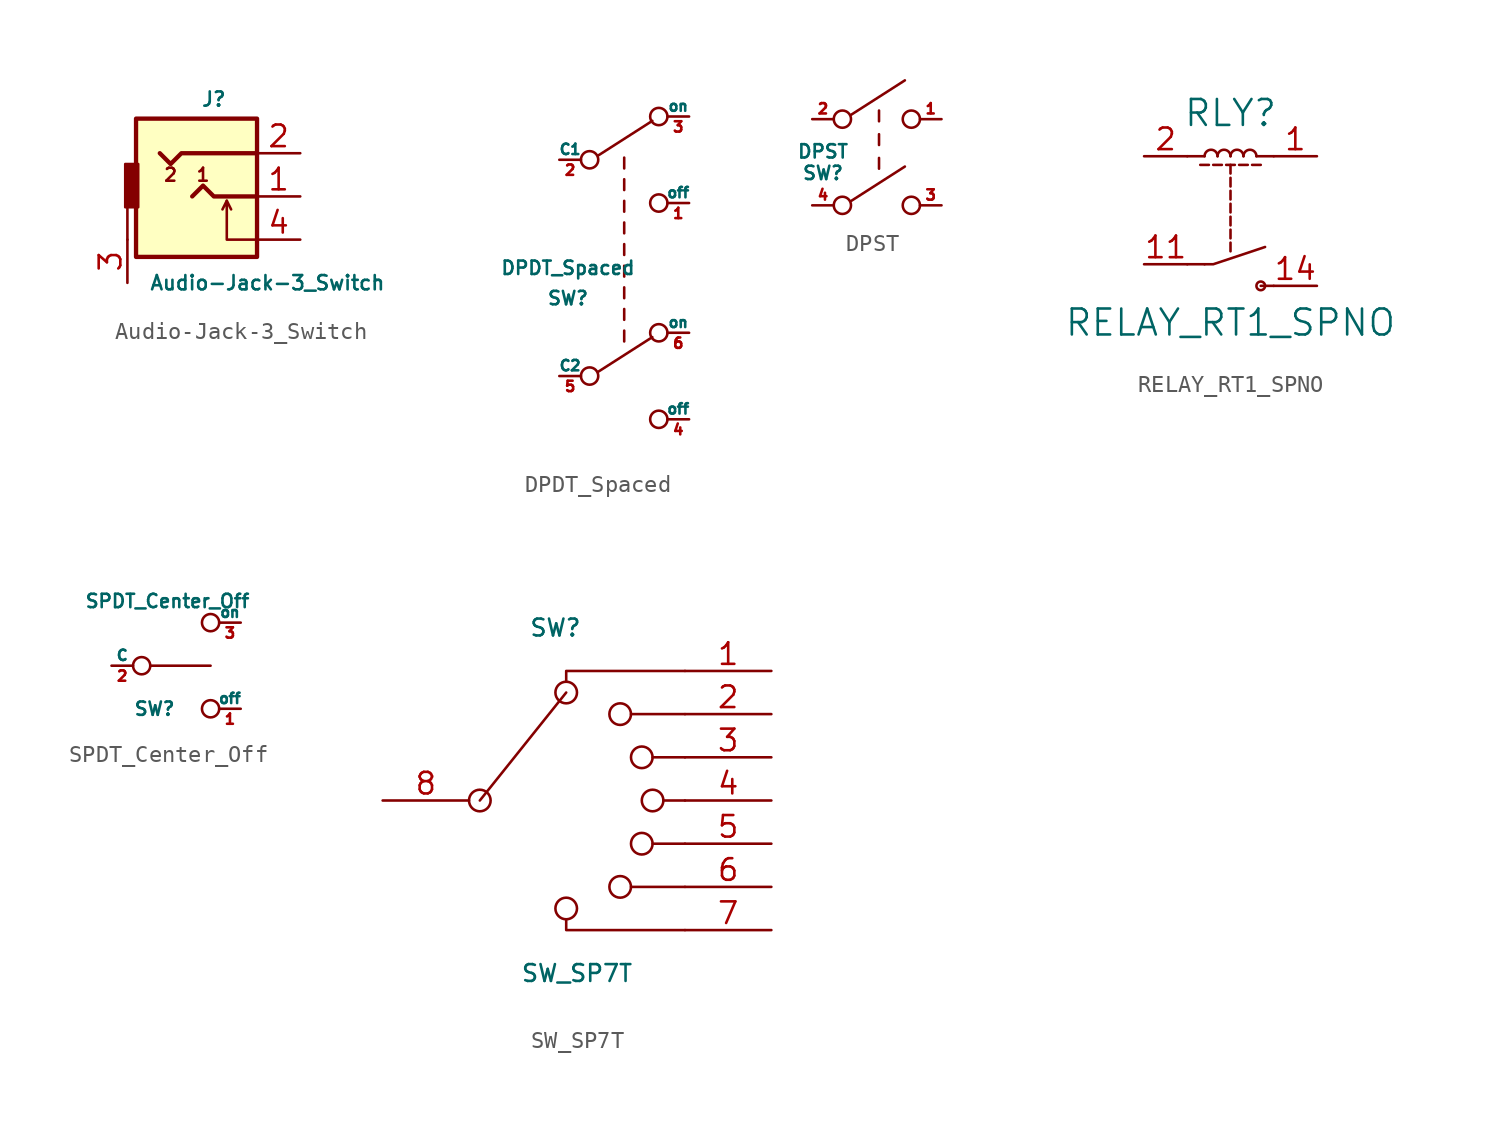
<source format=kicad_sym>
(kicad_symbol_lib
  (version 20220914)
  (generator kicad_symbol_editor)
  (symbol "Audio-Jack-3_Switch"
    (pin_names
      (offset 1.016))
    (property "Reference" "J"
      (at 0 5.715 0)
      (effects (font (size 0.838 0.838))))
    (property "Value" "Audio-Jack-3_Switch"
      (at -3.81 -5.08 0)
      (effects (font (size 0.838 0.838)) (justify left)))
    (symbol "Audio-Jack-3_Switch_0_0"
      (polyline (pts (xy -5.08 -2.54) (xy -5.08 0)) (stroke (width 0) (type solid)) (fill (type none)))
      (polyline (pts (xy 1.016 -0.762) (xy 0.762 -0.254)) (stroke (width 0) (type solid)) (fill (type none)))
      (polyline (pts (xy 2.54 -2.54) (xy 0.762 -2.54) (xy 0.762 -0.254) (xy 0.508 -0.762)) (stroke (width 0) (type solid)) (fill (type none)))
      (text "1" (at -0.635 1.27 0) (effects (font (size 0.762 0.762))))
      (text "2" (at -2.54 1.27 0) (effects (font (size 0.762 0.762)))))
    (symbol "Audio-Jack-3_Switch_0_1"
      (rectangle (start -4.572 -3.556) (end 2.54 4.572) (stroke (width 0.254) (type solid)) (fill (type background)))
      (rectangle (start -4.445 -0.635) (end -5.207 1.905) (stroke (width 0) (type solid)) (fill (type outline)))
      (polyline (pts (xy -1.27 0) (xy -0.635 0.635) (xy 0 0) (xy 2.54 0)) (stroke (width 0.254) (type solid)) (fill (type none)))
      (polyline (pts (xy 2.54 2.54) (xy -1.905 2.54) (xy -2.54 1.905) (xy -3.175 2.54)) (stroke (width 0.254) (type solid)) (fill (type none))))
    (symbol "Audio-Jack-3_Switch_1_1"
      (pin passive line (at 5.08 0 180) (length 2.54) (name "~" (effects (font (size 1.27 1.27)))) (number "1" (effects (font (size 1.27 1.27)))))
      (pin passive line (at 5.08 2.54 180) (length 2.54) (name "~" (effects (font (size 1.27 1.27)))) (number "2" (effects (font (size 1.27 1.27)))))
      (pin passive line (at -5.08 -5.08 90) (length 2.54) (name "~" (effects (font (size 1.27 1.27)))) (number "3" (effects (font (size 1.27 1.27)))))
      (pin passive line (at 5.08 -2.54 180) (length 2.54) (name "~" (effects (font (size 1.27 1.27)))) (number "4" (effects (font (size 1.27 1.27)))))))
  (symbol "DPDT_Spaced"
    (pin_names
      (offset 0))
    (property "Reference" "SW"
      (at -3.302 -1.778 0)
      (effects (font (size 0.787 0.787))))
    (property "Value" "DPDT_Spaced"
      (at -3.302 0 0)
      (effects (font (size 0.787 0.787))))
    (symbol "DPDT_Spaced_0_0"
      (circle (center -2.032 -6.35) (radius 0.508) (stroke (width 0) (type solid)) (fill (type none)))
      (circle (center -2.032 6.35) (radius 0.508) (stroke (width 0) (type solid)) (fill (type none)))
      (circle (center 2.032 -3.81) (radius 0.508) (stroke (width 0) (type solid)) (fill (type none)))
      (circle (center 2.032 3.81) (radius 0.508) (stroke (width 0) (type solid)) (fill (type none))))
    (symbol "DPDT_Spaced_0_1"
      (polyline (pts (xy -1.524 -6.096) (xy 1.651 -4.064)) (stroke (width 0) (type solid)) (fill (type none)))
      (polyline (pts (xy -1.524 6.604) (xy 1.651 8.636)) (stroke (width 0) (type solid)) (fill (type none)))
      (polyline (pts (xy 0 -3.683) (xy 0 -4.318)) (stroke (width 0) (type solid)) (fill (type none)))
      (polyline (pts (xy 0 -2.413) (xy 0 -3.048)) (stroke (width 0) (type solid)) (fill (type none)))
      (polyline (pts (xy 0 -1.143) (xy 0 -1.778)) (stroke (width 0) (type solid)) (fill (type none)))
      (polyline (pts (xy 0 0.127) (xy 0 -0.508)) (stroke (width 0) (type solid)) (fill (type none)))
      (polyline (pts (xy 0 1.397) (xy 0 0.762)) (stroke (width 0) (type solid)) (fill (type none)))
      (polyline (pts (xy 0 2.667) (xy 0 2.032)) (stroke (width 0) (type solid)) (fill (type none)))
      (polyline (pts (xy 0 3.937) (xy 0 3.302)) (stroke (width 0) (type solid)) (fill (type none)))
      (polyline (pts (xy 0 5.207) (xy 0 4.572)) (stroke (width 0) (type solid)) (fill (type none)))
      (polyline (pts (xy 0 6.477) (xy 0 5.842)) (stroke (width 0) (type solid)) (fill (type none)))
      (circle (center 2.032 -8.89) (radius 0.508) (stroke (width 0) (type solid)) (fill (type none)))
      (circle (center 2.032 8.89) (radius 0.508) (stroke (width 0) (type solid)) (fill (type none))))
    (symbol "DPDT_Spaced_1_1"
      (pin passive line (at 3.81 3.81 180) (length 1.27) (name "off" (effects (font (size 0.61 0.61)))) (number "1" (effects (font (size 0.61 0.61)))))
      (pin passive line (at -3.81 6.35 0) (length 1.27) (name "C1" (effects (font (size 0.61 0.61)))) (number "2" (effects (font (size 0.61 0.61)))))
      (pin passive line (at 3.81 8.89 180) (length 1.27) (name "on" (effects (font (size 0.61 0.61)))) (number "3" (effects (font (size 0.61 0.61)))))
      (pin passive line (at 3.81 -8.89 180) (length 1.27) (name "off" (effects (font (size 0.61 0.61)))) (number "4" (effects (font (size 0.61 0.61)))))
      (pin passive line (at -3.81 -6.35 0) (length 1.27) (name "C2" (effects (font (size 0.61 0.61)))) (number "5" (effects (font (size 0.61 0.61)))))
      (pin passive line (at 3.81 -3.81 180) (length 1.27) (name "on" (effects (font (size 0.61 0.61)))) (number "6" (effects (font (size 0.61 0.61)))))))
  (symbol "DPST"
    (pin_names
      (offset 0) hide)
    (property "Reference" "SW"
      (at -3.175 -3.175 0)
      (effects (font (size 0.787 0.787))))
    (property "Value" "DPST"
      (at -3.175 -1.905 0)
      (effects (font (size 0.787 0.787))))
    (symbol "DPST_0_0"
      (circle (center -2.032 -5.08) (radius 0.508) (stroke (width 0) (type solid)) (fill (type none)))
      (circle (center -2.032 0) (radius 0.508) (stroke (width 0) (type solid)) (fill (type none)))
      (circle (center 2.032 -5.08) (radius 0.508) (stroke (width 0) (type solid)) (fill (type none))))
    (symbol "DPST_0_1"
      (polyline (pts (xy -1.524 -4.826) (xy 1.651 -2.794)) (stroke (width 0) (type solid)) (fill (type none)))
      (polyline (pts (xy -1.524 0.254) (xy 1.651 2.286)) (stroke (width 0) (type solid)) (fill (type none)))
      (polyline (pts (xy 0.127 -2.286) (xy 0.127 -2.921)) (stroke (width 0) (type solid)) (fill (type none)))
      (polyline (pts (xy 0.127 -0.889) (xy 0.127 -1.524)) (stroke (width 0) (type solid)) (fill (type none)))
      (polyline (pts (xy 0.127 0.508) (xy 0.127 -0.127)) (stroke (width 0) (type solid)) (fill (type none)))
      (circle (center 2.032 0) (radius 0.508) (stroke (width 0) (type solid)) (fill (type none))))
    (symbol "DPST_1_1"
      (pin passive line (at 3.81 0 180) (length 1.27) (name "on" (effects (font (size 0.61 0.61)))) (number "1" (effects (font (size 0.61 0.61)))))
      (pin passive line (at -3.81 0 0) (length 1.27) (name "C1" (effects (font (size 0.61 0.61)))) (number "2" (effects (font (size 0.61 0.61)))))
      (pin passive line (at 3.81 -5.08 180) (length 1.27) (name "on" (effects (font (size 0.61 0.61)))) (number "3" (effects (font (size 0.61 0.61)))))
      (pin passive line (at -3.81 -5.08 0) (length 1.27) (name "C2" (effects (font (size 0.61 0.61)))) (number "4" (effects (font (size 0.61 0.61)))))))
  (symbol "RELAY_RT1_SPNO"
    (pin_names
      (offset 1.016))
    (property "Reference" "RLY"
      (at 0 6.35 0)
      (effects (font (size 1.524 1.524))))
    (property "Value" "RELAY_RT1_SPNO"
      (at 0 -5.969 0)
      (effects (font (size 1.524 1.524))))
    (property "Footprint" ""
      (at 0 0 0)
      (effects (font (size 1.524 1.524))))
    (property "Datasheet" ""
      (at 0 0 0)
      (effects (font (size 1.524 1.524))))
    (symbol "RELAY_RT1_SPNO_0_1"
      (arc (start -0.762 3.81) (mid -1.143 4.1894) (end -1.524 3.81) (stroke (width 0) (type solid)) (fill (type none)))
      (polyline (pts (xy -1.778 3.302) (xy -1.27 3.302) (xy -1.27 3.302)) (stroke (width 0) (type solid)) (fill (type none)))
      (polyline (pts (xy -1.524 -2.54) (xy -2.54 -2.54) (xy -2.54 -2.54)) (stroke (width 0) (type solid)) (fill (type none)))
      (polyline (pts (xy -1.524 3.81) (xy -2.54 3.81) (xy -2.54 3.81)) (stroke (width 0) (type solid)) (fill (type none)))
      (polyline (pts (xy -1.016 3.302) (xy -0.508 3.302) (xy -0.508 3.302)) (stroke (width 0) (type solid)) (fill (type none)))
      (polyline (pts (xy -0.254 3.302) (xy 0.254 3.302) (xy 0.254 3.302)) (stroke (width 0) (type solid)) (fill (type none)))
      (polyline (pts (xy 0 -1.27) (xy 0 -1.778) (xy 0 -1.778)) (stroke (width 0) (type solid)) (fill (type none)))
      (polyline (pts (xy 0 -0.508) (xy 0 -1.016) (xy 0 -1.016)) (stroke (width 0) (type solid)) (fill (type none)))
      (polyline (pts (xy 0 0.254) (xy 0 -0.254) (xy 0 -0.254)) (stroke (width 0) (type solid)) (fill (type none)))
      (polyline (pts (xy 0 1.016) (xy 0 0.508) (xy 0 0.508)) (stroke (width 0) (type solid)) (fill (type none)))
      (polyline (pts (xy 0 1.778) (xy 0 1.27) (xy 0 1.27)) (stroke (width 0) (type solid)) (fill (type none)))
      (polyline (pts (xy 0 2.54) (xy 0 2.032) (xy 0 2.032)) (stroke (width 0) (type solid)) (fill (type none)))
      (polyline (pts (xy 0 3.302) (xy 0 2.794) (xy 0 2.794)) (stroke (width 0) (type solid)) (fill (type none)))
      (polyline (pts (xy 0.508 3.302) (xy 1.016 3.302) (xy 1.016 3.302)) (stroke (width 0) (type solid)) (fill (type none)))
      (polyline (pts (xy 1.27 3.302) (xy 1.778 3.302) (xy 1.778 3.302)) (stroke (width 0) (type solid)) (fill (type none)))
      (polyline (pts (xy 1.524 3.81) (xy 2.54 3.81) (xy 2.54 3.81)) (stroke (width 0) (type solid)) (fill (type none)))
      (polyline (pts (xy 2.54 -3.81) (xy 1.778 -3.81) (xy 1.778 -3.81)) (stroke (width 0) (type solid)) (fill (type none)))
      (polyline (pts (xy -1.524 -2.54) (xy -1.016 -2.54) (xy 2.032 -1.524) (xy 2.032 -1.524)) (stroke (width 0) (type solid)) (fill (type none)))
      (arc (start 0 3.81) (mid -0.381 4.1894) (end -0.762 3.81) (stroke (width 0) (type solid)) (fill (type none)))
      (arc (start 0.762 3.81) (mid 0.381 4.1894) (end 0 3.81) (stroke (width 0) (type solid)) (fill (type none)))
      (arc (start 1.524 3.81) (mid 1.143 4.1894) (end 0.762 3.81) (stroke (width 0) (type solid)) (fill (type none)))
      (circle (center 1.778 -3.81) (radius 0.254) (stroke (width 0) (type solid)) (fill (type none))))
    (symbol "RELAY_RT1_SPNO_1_1"
      (pin passive line (at 5.08 3.81 180) (length 2.54) (name "~" (effects (font (size 1.27 1.27)))) (number "1" (effects (font (size 1.27 1.27)))))
      (pin passive line (at -5.08 -2.54 0) (length 2.54) (name "~" (effects (font (size 1.27 1.27)))) (number "11" (effects (font (size 1.27 1.27)))))
      (pin passive line (at 5.08 -3.81 180) (length 2.54) (name "~" (effects (font (size 1.27 1.27)))) (number "14" (effects (font (size 1.27 1.27)))))
      (pin passive line (at -5.08 3.81 0) (length 2.54) (name "~" (effects (font (size 1.27 1.27)))) (number "2" (effects (font (size 1.27 1.27)))))))
  (symbol "SPDT_Center_Off"
    (pin_names
      (offset 0))
    (property "Reference" "SW"
      (at -1.27 -2.54 0)
      (effects (font (size 0.787 0.787))))
    (property "Value" "SPDT_Center_Off"
      (at -0.508 3.81 0)
      (effects (font (size 0.787 0.787))))
    (symbol "SPDT_Center_Off_0_0"
      (circle (center -2.032 0) (radius 0.508) (stroke (width 0) (type solid)) (fill (type none)))
      (circle (center 2.032 -2.54) (radius 0.508) (stroke (width 0) (type solid)) (fill (type none))))
    (symbol "SPDT_Center_Off_0_1"
      (polyline (pts (xy -1.524 0) (xy 2.032 0)) (stroke (width 0) (type solid)) (fill (type none)))
      (circle (center 2.032 2.54) (radius 0.508) (stroke (width 0) (type solid)) (fill (type none))))
    (symbol "SPDT_Center_Off_1_1"
      (pin passive line (at 3.81 -2.54 180) (length 1.27) (name "off" (effects (font (size 0.61 0.61)))) (number "1" (effects (font (size 0.61 0.61)))))
      (pin passive line (at -3.81 0 0) (length 1.27) (name "C" (effects (font (size 0.61 0.61)))) (number "2" (effects (font (size 0.61 0.61)))))
      (pin passive line (at 3.81 2.54 180) (length 1.27) (name "on" (effects (font (size 0.61 0.61)))) (number "3" (effects (font (size 0.61 0.61)))))))
  (symbol "SW_SP7T"
    (pin_names
      (offset 1.016) hide)
    (property "Reference" "SW"
      (at 0 17.78 0)
      (effects (font (size 0.991 0.991))))
    (property "Value" "SW_SP7T"
      (at 1.27 -2.54 0)
      (effects (font (size 0.991 0.991))))
    (symbol "SW_SP7T_0_0"
      (circle (center -4.445 7.62) (radius 0.635) (stroke (width 0) (type solid)) (fill (type none)))
      (polyline (pts (xy -4.445 7.62) (xy 0.635 13.97)) (stroke (width 0) (type solid)) (fill (type none)))
      (polyline (pts (xy 4.445 12.7) (xy 7.62 12.7)) (stroke (width 0) (type solid)) (fill (type none)))
      (polyline (pts (xy 5.715 5.08) (xy 7.62 5.08)) (stroke (width 0) (type solid)) (fill (type none)))
      (polyline (pts (xy 5.715 10.16) (xy 7.62 10.16)) (stroke (width 0) (type solid)) (fill (type none)))
      (polyline (pts (xy 6.35 7.62) (xy 7.62 7.62)) (stroke (width 0) (type solid)) (fill (type none)))
      (polyline (pts (xy 7.62 2.54) (xy 4.445 2.54)) (stroke (width 0) (type solid)) (fill (type none)))
      (polyline (pts (xy 0.635 0.635) (xy 0.635 0) (xy 7.62 0)) (stroke (width 0) (type solid)) (fill (type none)))
      (polyline (pts (xy 0.635 14.605) (xy 0.635 15.24) (xy 7.62 15.24)) (stroke (width 0) (type solid)) (fill (type none)))
      (circle (center 0.635 1.27) (radius 0.635) (stroke (width 0) (type solid)) (fill (type none)))
      (circle (center 0.635 13.97) (radius 0.635) (stroke (width 0) (type solid)) (fill (type none)))
      (circle (center 3.81 2.54) (radius 0.635) (stroke (width 0) (type solid)) (fill (type none)))
      (circle (center 3.81 12.7) (radius 0.635) (stroke (width 0) (type solid)) (fill (type none)))
      (circle (center 5.08 5.08) (radius 0.635) (stroke (width 0) (type solid)) (fill (type none)))
      (circle (center 5.08 10.16) (radius 0.635) (stroke (width 0) (type solid)) (fill (type none)))
      (circle (center 5.715 7.62) (radius 0.635) (stroke (width 0) (type solid)) (fill (type none))))
    (symbol "SW_SP7T_0_1"
      (pin passive line (at 12.7 15.24 180) (length 5.08) (name "1" (effects (font (size 1.27 1.27)))) (number "1" (effects (font (size 1.27 1.27)))))
      (pin passive line (at 12.7 12.7 180) (length 5.08) (name "2" (effects (font (size 1.27 1.27)))) (number "2" (effects (font (size 1.27 1.27)))))
      (pin passive line (at 12.7 10.16 180) (length 5.08) (name "3" (effects (font (size 1.27 1.27)))) (number "3" (effects (font (size 1.27 1.27)))))
      (pin passive line (at 12.7 7.62 180) (length 5.08) (name "4" (effects (font (size 1.27 1.27)))) (number "4" (effects (font (size 1.27 1.27)))))
      (pin passive line (at 12.7 5.08 180) (length 5.08) (name "5" (effects (font (size 1.27 1.27)))) (number "5" (effects (font (size 1.27 1.27)))))
      (pin passive line (at 12.7 2.54 180) (length 5.08) (name "6" (effects (font (size 1.27 1.27)))) (number "6" (effects (font (size 1.27 1.27)))))
      (pin passive line (at 12.7 0 180) (length 5.08) (name "7" (effects (font (size 1.27 1.27)))) (number "7" (effects (font (size 1.27 1.27)))))
      (pin passive line (at -10.16 7.62 0) (length 5.08) (name "8" (effects (font (size 1.27 1.27)))) (number "8" (effects (font (size 1.27 1.27))))))))
</source>
